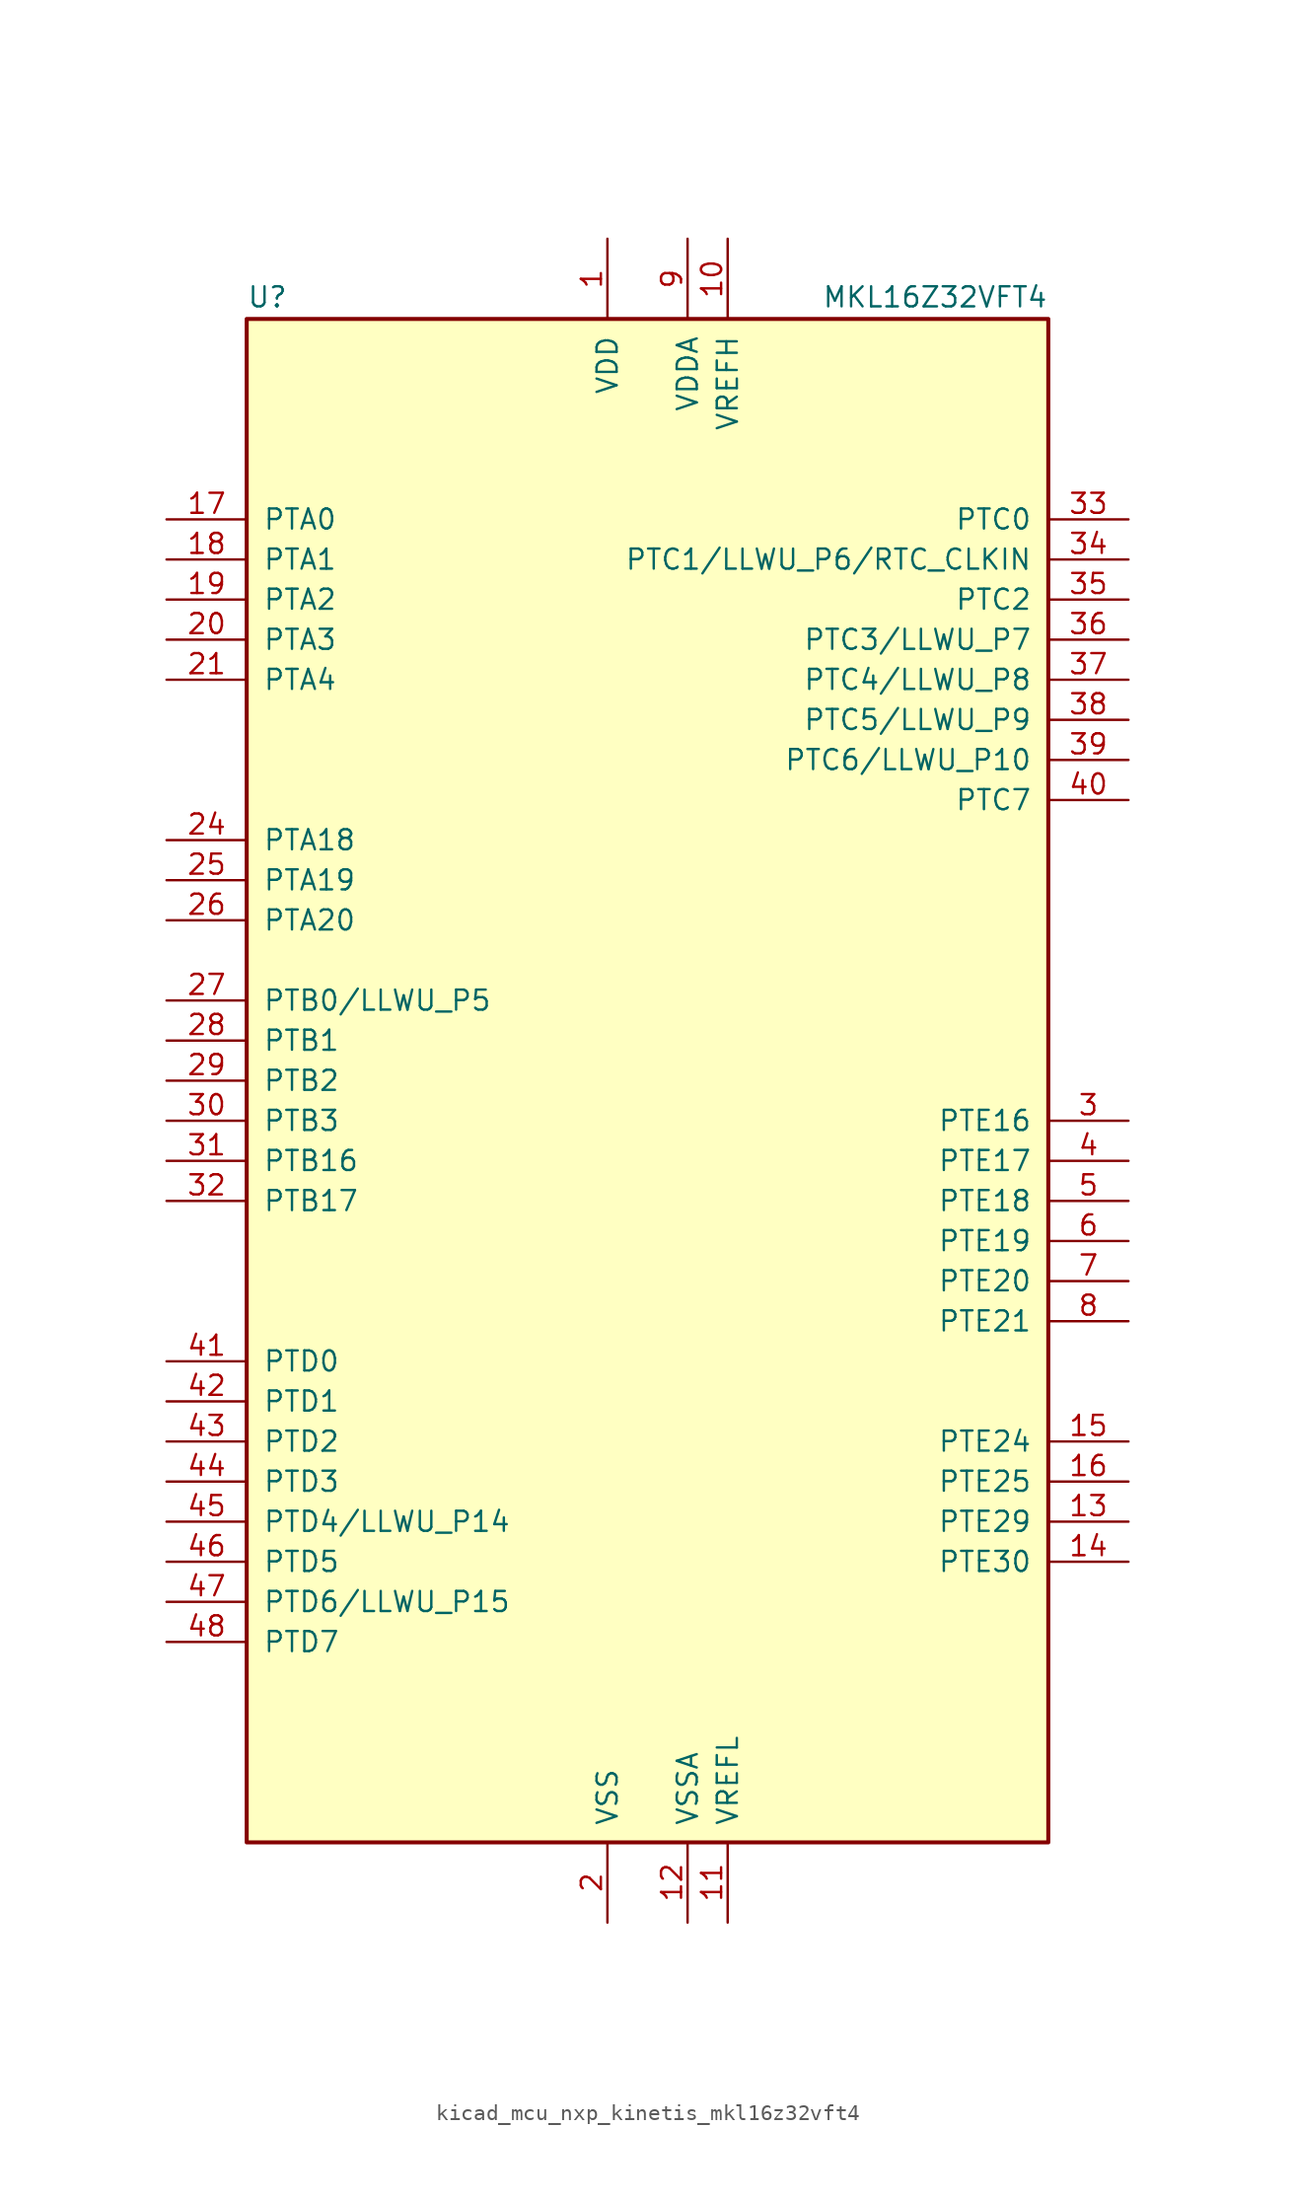
<source format=kicad_sym>
(kicad_symbol_lib
  (version 20220914)
  (generator kicad_symbol_editor)
  (symbol "kicad_mcu_nxp_kinetis_mkl16z32vft4"
    (pin_names
      (offset 1.016))
    (property "Reference" "U"
      (at -25.4 48.895 0)
      (effects (font (size 1.27 1.27)) (justify left bottom)))
    (property "Value" "MKL16Z32VFT4"
      (at 25.4 48.895 0)
      (effects (font (size 1.27 1.27)) (justify right bottom)))
    (symbol "kicad_mcu_nxp_kinetis_mkl16z32vft4_0_1"
      (rectangle (start -25.4 48.26) (end 25.4 -48.26) (stroke (width 0.254) (type default)) (fill (type background))))
    (symbol "kicad_mcu_nxp_kinetis_mkl16z32vft4_1_1"
      (pin power_in line (at -2.54 53.34 270) (length 5.08) (name "VDD" (effects (font (size 1.27 1.27)))) (number "1" (effects (font (size 1.27 1.27)))))
      (pin power_in line (at 5.08 53.34 270) (length 5.08) (name "VREFH" (effects (font (size 1.27 1.27)))) (number "10" (effects (font (size 1.27 1.27)))))
      (pin power_in line (at 5.08 -53.34 90) (length 5.08) (name "VREFL" (effects (font (size 1.27 1.27)))) (number "11" (effects (font (size 1.27 1.27)))))
      (pin power_in line (at 2.54 -53.34 90) (length 5.08) (name "VSSA" (effects (font (size 1.27 1.27)))) (number "12" (effects (font (size 1.27 1.27)))))
      (pin bidirectional line (at 30.48 -27.94 180) (length 5.08) (name "PTE29" (effects (font (size 1.27 1.27)))) (number "13" (effects (font (size 1.27 1.27)))))
      (pin bidirectional line (at 30.48 -30.48 180) (length 5.08) (name "PTE30" (effects (font (size 1.27 1.27)))) (number "14" (effects (font (size 1.27 1.27)))))
      (pin bidirectional line (at 30.48 -22.86 180) (length 5.08) (name "PTE24" (effects (font (size 1.27 1.27)))) (number "15" (effects (font (size 1.27 1.27)))))
      (pin bidirectional line (at 30.48 -25.4 180) (length 5.08) (name "PTE25" (effects (font (size 1.27 1.27)))) (number "16" (effects (font (size 1.27 1.27)))))
      (pin bidirectional line (at -30.48 35.56 0) (length 5.08) (name "PTA0" (effects (font (size 1.27 1.27)))) (number "17" (effects (font (size 1.27 1.27)))))
      (pin bidirectional line (at -30.48 33.02 0) (length 5.08) (name "PTA1" (effects (font (size 1.27 1.27)))) (number "18" (effects (font (size 1.27 1.27)))))
      (pin bidirectional line (at -30.48 30.48 0) (length 5.08) (name "PTA2" (effects (font (size 1.27 1.27)))) (number "19" (effects (font (size 1.27 1.27)))))
      (pin power_in line (at -2.54 -53.34 90) (length 5.08) (name "VSS" (effects (font (size 1.27 1.27)))) (number "2" (effects (font (size 1.27 1.27)))))
      (pin bidirectional line (at -30.48 27.94 0) (length 5.08) (name "PTA3" (effects (font (size 1.27 1.27)))) (number "20" (effects (font (size 1.27 1.27)))))
      (pin bidirectional line (at -30.48 25.4 0) (length 5.08) (name "PTA4" (effects (font (size 1.27 1.27)))) (number "21" (effects (font (size 1.27 1.27)))))
      (pin passive line (at -2.54 53.34 270) (length 5.08) hide (name "VDD" (effects (font (size 1.27 1.27)))) (number "22" (effects (font (size 1.27 1.27)))))
      (pin passive line (at -2.54 -53.34 90) (length 5.08) hide (name "VSS" (effects (font (size 1.27 1.27)))) (number "23" (effects (font (size 1.27 1.27)))))
      (pin bidirectional line (at -30.48 15.24 0) (length 5.08) (name "PTA18" (effects (font (size 1.27 1.27)))) (number "24" (effects (font (size 1.27 1.27)))))
      (pin bidirectional line (at -30.48 12.7 0) (length 5.08) (name "PTA19" (effects (font (size 1.27 1.27)))) (number "25" (effects (font (size 1.27 1.27)))))
      (pin bidirectional line (at -30.48 10.16 0) (length 5.08) (name "PTA20" (effects (font (size 1.27 1.27)))) (number "26" (effects (font (size 1.27 1.27)))))
      (pin bidirectional line (at -30.48 5.08 0) (length 5.08) (name "PTB0/LLWU_P5" (effects (font (size 1.27 1.27)))) (number "27" (effects (font (size 1.27 1.27)))))
      (pin bidirectional line (at -30.48 2.54 0) (length 5.08) (name "PTB1" (effects (font (size 1.27 1.27)))) (number "28" (effects (font (size 1.27 1.27)))))
      (pin bidirectional line (at -30.48 0 0) (length 5.08) (name "PTB2" (effects (font (size 1.27 1.27)))) (number "29" (effects (font (size 1.27 1.27)))))
      (pin bidirectional line (at 30.48 -2.54 180) (length 5.08) (name "PTE16" (effects (font (size 1.27 1.27)))) (number "3" (effects (font (size 1.27 1.27)))))
      (pin bidirectional line (at -30.48 -2.54 0) (length 5.08) (name "PTB3" (effects (font (size 1.27 1.27)))) (number "30" (effects (font (size 1.27 1.27)))))
      (pin bidirectional line (at -30.48 -5.08 0) (length 5.08) (name "PTB16" (effects (font (size 1.27 1.27)))) (number "31" (effects (font (size 1.27 1.27)))))
      (pin bidirectional line (at -30.48 -7.62 0) (length 5.08) (name "PTB17" (effects (font (size 1.27 1.27)))) (number "32" (effects (font (size 1.27 1.27)))))
      (pin bidirectional line (at 30.48 35.56 180) (length 5.08) (name "PTC0" (effects (font (size 1.27 1.27)))) (number "33" (effects (font (size 1.27 1.27)))))
      (pin bidirectional line (at 30.48 33.02 180) (length 5.08) (name "PTC1/LLWU_P6/RTC_CLKIN" (effects (font (size 1.27 1.27)))) (number "34" (effects (font (size 1.27 1.27)))))
      (pin bidirectional line (at 30.48 30.48 180) (length 5.08) (name "PTC2" (effects (font (size 1.27 1.27)))) (number "35" (effects (font (size 1.27 1.27)))))
      (pin bidirectional line (at 30.48 27.94 180) (length 5.08) (name "PTC3/LLWU_P7" (effects (font (size 1.27 1.27)))) (number "36" (effects (font (size 1.27 1.27)))))
      (pin bidirectional line (at 30.48 25.4 180) (length 5.08) (name "PTC4/LLWU_P8" (effects (font (size 1.27 1.27)))) (number "37" (effects (font (size 1.27 1.27)))))
      (pin bidirectional line (at 30.48 22.86 180) (length 5.08) (name "PTC5/LLWU_P9" (effects (font (size 1.27 1.27)))) (number "38" (effects (font (size 1.27 1.27)))))
      (pin bidirectional line (at 30.48 20.32 180) (length 5.08) (name "PTC6/LLWU_P10" (effects (font (size 1.27 1.27)))) (number "39" (effects (font (size 1.27 1.27)))))
      (pin bidirectional line (at 30.48 -5.08 180) (length 5.08) (name "PTE17" (effects (font (size 1.27 1.27)))) (number "4" (effects (font (size 1.27 1.27)))))
      (pin bidirectional line (at 30.48 17.78 180) (length 5.08) (name "PTC7" (effects (font (size 1.27 1.27)))) (number "40" (effects (font (size 1.27 1.27)))))
      (pin bidirectional line (at -30.48 -17.78 0) (length 5.08) (name "PTD0" (effects (font (size 1.27 1.27)))) (number "41" (effects (font (size 1.27 1.27)))))
      (pin bidirectional line (at -30.48 -20.32 0) (length 5.08) (name "PTD1" (effects (font (size 1.27 1.27)))) (number "42" (effects (font (size 1.27 1.27)))))
      (pin bidirectional line (at -30.48 -22.86 0) (length 5.08) (name "PTD2" (effects (font (size 1.27 1.27)))) (number "43" (effects (font (size 1.27 1.27)))))
      (pin bidirectional line (at -30.48 -25.4 0) (length 5.08) (name "PTD3" (effects (font (size 1.27 1.27)))) (number "44" (effects (font (size 1.27 1.27)))))
      (pin bidirectional line (at -30.48 -27.94 0) (length 5.08) (name "PTD4/LLWU_P14" (effects (font (size 1.27 1.27)))) (number "45" (effects (font (size 1.27 1.27)))))
      (pin bidirectional line (at -30.48 -30.48 0) (length 5.08) (name "PTD5" (effects (font (size 1.27 1.27)))) (number "46" (effects (font (size 1.27 1.27)))))
      (pin bidirectional line (at -30.48 -33.02 0) (length 5.08) (name "PTD6/LLWU_P15" (effects (font (size 1.27 1.27)))) (number "47" (effects (font (size 1.27 1.27)))))
      (pin bidirectional line (at -30.48 -35.56 0) (length 5.08) (name "PTD7" (effects (font (size 1.27 1.27)))) (number "48" (effects (font (size 1.27 1.27)))))
      (pin bidirectional line (at 30.48 -7.62 180) (length 5.08) (name "PTE18" (effects (font (size 1.27 1.27)))) (number "5" (effects (font (size 1.27 1.27)))))
      (pin bidirectional line (at 30.48 -10.16 180) (length 5.08) (name "PTE19" (effects (font (size 1.27 1.27)))) (number "6" (effects (font (size 1.27 1.27)))))
      (pin bidirectional line (at 30.48 -12.7 180) (length 5.08) (name "PTE20" (effects (font (size 1.27 1.27)))) (number "7" (effects (font (size 1.27 1.27)))))
      (pin bidirectional line (at 30.48 -15.24 180) (length 5.08) (name "PTE21" (effects (font (size 1.27 1.27)))) (number "8" (effects (font (size 1.27 1.27)))))
      (pin power_in line (at 2.54 53.34 270) (length 5.08) (name "VDDA" (effects (font (size 1.27 1.27)))) (number "9" (effects (font (size 1.27 1.27))))))))
</source>
